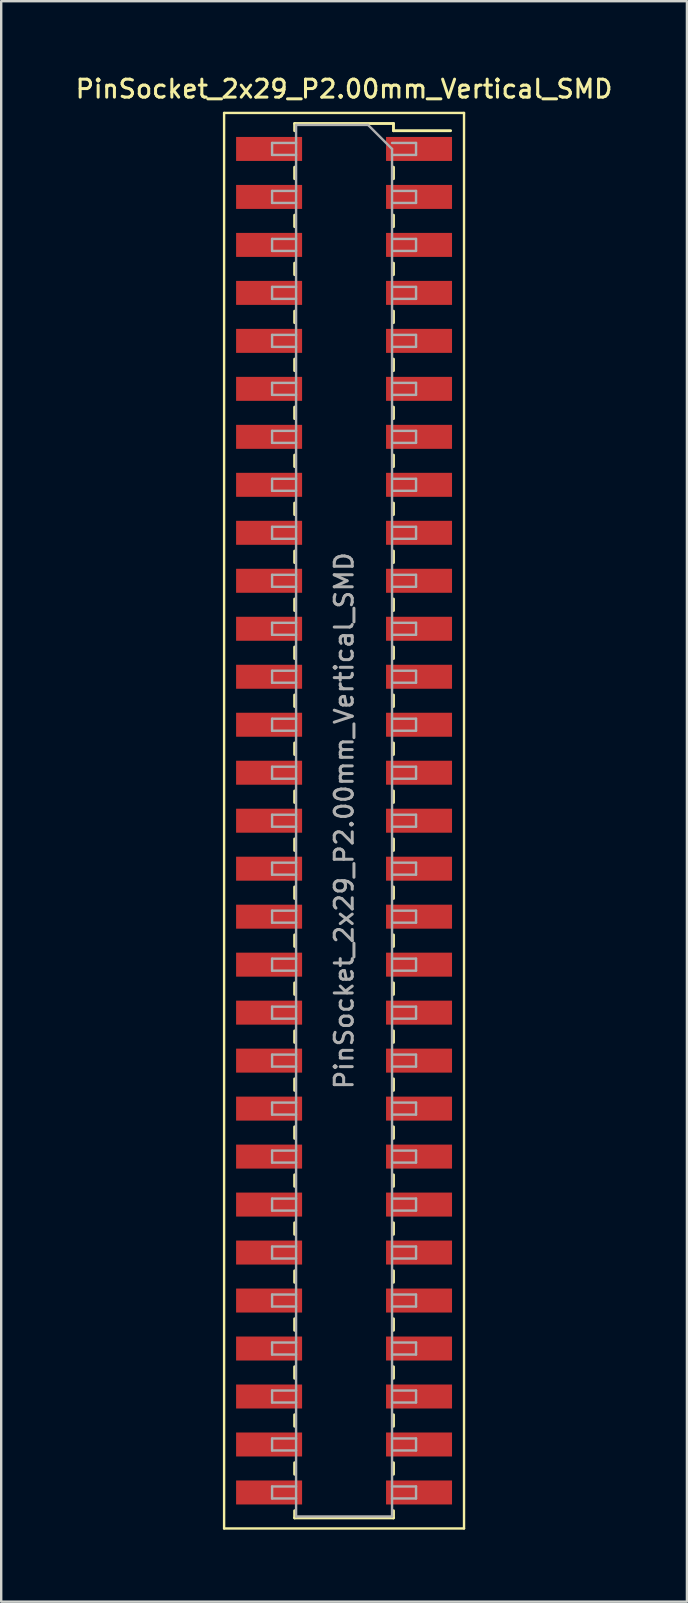
<source format=kicad_pcb>
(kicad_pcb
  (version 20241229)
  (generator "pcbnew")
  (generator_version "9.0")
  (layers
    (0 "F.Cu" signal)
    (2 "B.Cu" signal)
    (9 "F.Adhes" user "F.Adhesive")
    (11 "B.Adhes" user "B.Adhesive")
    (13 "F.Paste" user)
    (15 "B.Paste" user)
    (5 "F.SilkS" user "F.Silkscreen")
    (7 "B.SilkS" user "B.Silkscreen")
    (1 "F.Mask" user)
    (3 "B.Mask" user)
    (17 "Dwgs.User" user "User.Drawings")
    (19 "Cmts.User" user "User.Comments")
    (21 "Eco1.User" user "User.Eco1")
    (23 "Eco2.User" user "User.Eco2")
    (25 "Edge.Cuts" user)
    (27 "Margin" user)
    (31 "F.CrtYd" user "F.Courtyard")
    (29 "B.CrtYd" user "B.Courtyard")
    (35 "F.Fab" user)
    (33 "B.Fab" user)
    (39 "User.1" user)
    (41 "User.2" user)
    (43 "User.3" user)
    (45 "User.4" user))
  (footprint "PinSocket_2x29_P2.00mm_Vertical_SMD"
    (layer "F.Cu")
    (at 11.291 31.158)
    (property "Reference" "PinSocket_2x29_P2.00mm_Vertical_SMD" (at 0 -30.5 0) (layer "F.SilkS") (effects (font (size 0.75 0.75) (thickness 0.125))))
    (attr smd)
    (fp_line (start -5 -29.5) (end 5 -29.5) (stroke (width 0.1) (type solid)) (layer "F.SilkS"))
    (fp_line (start -5 29.5) (end -5 -29.5) (stroke (width 0.1) (type solid)) (layer "F.SilkS"))
    (fp_line (start -2.06 -29.06) (end -2.06 -28.76) (stroke (width 0.12) (type solid)) (layer "F.SilkS"))
    (fp_line (start -2.06 -29.06) (end 2.06 -29.06) (stroke (width 0.12) (type solid)) (layer "F.SilkS"))
    (fp_line (start -2.06 -27.24) (end -2.06 -26.76) (stroke (width 0.12) (type solid)) (layer "F.SilkS"))
    (fp_line (start -2.06 -25.24) (end -2.06 -24.76) (stroke (width 0.12) (type solid)) (layer "F.SilkS"))
    (fp_line (start -2.06 -23.24) (end -2.06 -22.76) (stroke (width 0.12) (type solid)) (layer "F.SilkS"))
    (fp_line (start -2.06 -21.24) (end -2.06 -20.76) (stroke (width 0.12) (type solid)) (layer "F.SilkS"))
    (fp_line (start -2.06 -19.24) (end -2.06 -18.76) (stroke (width 0.12) (type solid)) (layer "F.SilkS"))
    (fp_line (start -2.06 -17.24) (end -2.06 -16.76) (stroke (width 0.12) (type solid)) (layer "F.SilkS"))
    (fp_line (start -2.06 -15.24) (end -2.06 -14.76) (stroke (width 0.12) (type solid)) (layer "F.SilkS"))
    (fp_line (start -2.06 -13.24) (end -2.06 -12.76) (stroke (width 0.12) (type solid)) (layer "F.SilkS"))
    (fp_line (start -2.06 -11.24) (end -2.06 -10.76) (stroke (width 0.12) (type solid)) (layer "F.SilkS"))
    (fp_line (start -2.06 -9.24) (end -2.06 -8.76) (stroke (width 0.12) (type solid)) (layer "F.SilkS"))
    (fp_line (start -2.06 -7.24) (end -2.06 -6.76) (stroke (width 0.12) (type solid)) (layer "F.SilkS"))
    (fp_line (start -2.06 -5.24) (end -2.06 -4.76) (stroke (width 0.12) (type solid)) (layer "F.SilkS"))
    (fp_line (start -2.06 -3.24) (end -2.06 -2.76) (stroke (width 0.12) (type solid)) (layer "F.SilkS"))
    (fp_line (start -2.06 -1.24) (end -2.06 -0.76) (stroke (width 0.12) (type solid)) (layer "F.SilkS"))
    (fp_line (start -2.06 0.76) (end -2.06 1.24) (stroke (width 0.12) (type solid)) (layer "F.SilkS"))
    (fp_line (start -2.06 2.76) (end -2.06 3.24) (stroke (width 0.12) (type solid)) (layer "F.SilkS"))
    (fp_line (start -2.06 4.76) (end -2.06 5.24) (stroke (width 0.12) (type solid)) (layer "F.SilkS"))
    (fp_line (start -2.06 6.76) (end -2.06 7.24) (stroke (width 0.12) (type solid)) (layer "F.SilkS"))
    (fp_line (start -2.06 8.76) (end -2.06 9.24) (stroke (width 0.12) (type solid)) (layer "F.SilkS"))
    (fp_line (start -2.06 10.76) (end -2.06 11.24) (stroke (width 0.12) (type solid)) (layer "F.SilkS"))
    (fp_line (start -2.06 12.76) (end -2.06 13.24) (stroke (width 0.12) (type solid)) (layer "F.SilkS"))
    (fp_line (start -2.06 14.76) (end -2.06 15.24) (stroke (width 0.12) (type solid)) (layer "F.SilkS"))
    (fp_line (start -2.06 16.76) (end -2.06 17.24) (stroke (width 0.12) (type solid)) (layer "F.SilkS"))
    (fp_line (start -2.06 18.76) (end -2.06 19.24) (stroke (width 0.12) (type solid)) (layer "F.SilkS"))
    (fp_line (start -2.06 20.76) (end -2.06 21.24) (stroke (width 0.12) (type solid)) (layer "F.SilkS"))
    (fp_line (start -2.06 22.76) (end -2.06 23.24) (stroke (width 0.12) (type solid)) (layer "F.SilkS"))
    (fp_line (start -2.06 24.76) (end -2.06 25.24) (stroke (width 0.12) (type solid)) (layer "F.SilkS"))
    (fp_line (start -2.06 26.76) (end -2.06 27.24) (stroke (width 0.12) (type solid)) (layer "F.SilkS"))
    (fp_line (start -2.06 28.76) (end -2.06 29.06) (stroke (width 0.12) (type solid)) (layer "F.SilkS"))
    (fp_line (start -2.06 29.06) (end 2.06 29.06) (stroke (width 0.12) (type solid)) (layer "F.SilkS"))
    (fp_line (start 2.06 -29.06) (end 2.06 -28.76) (stroke (width 0.12) (type solid)) (layer "F.SilkS"))
    (fp_line (start 2.06 -28.76) (end 4.44 -28.76) (stroke (width 0.12) (type solid)) (layer "F.SilkS"))
    (fp_line (start 2.06 -27.24) (end 2.06 -26.76) (stroke (width 0.12) (type solid)) (layer "F.SilkS"))
    (fp_line (start 2.06 -25.24) (end 2.06 -24.76) (stroke (width 0.12) (type solid)) (layer "F.SilkS"))
    (fp_line (start 2.06 -23.24) (end 2.06 -22.76) (stroke (width 0.12) (type solid)) (layer "F.SilkS"))
    (fp_line (start 2.06 -21.24) (end 2.06 -20.76) (stroke (width 0.12) (type solid)) (layer "F.SilkS"))
    (fp_line (start 2.06 -19.24) (end 2.06 -18.76) (stroke (width 0.12) (type solid)) (layer "F.SilkS"))
    (fp_line (start 2.06 -17.24) (end 2.06 -16.76) (stroke (width 0.12) (type solid)) (layer "F.SilkS"))
    (fp_line (start 2.06 -15.24) (end 2.06 -14.76) (stroke (width 0.12) (type solid)) (layer "F.SilkS"))
    (fp_line (start 2.06 -13.24) (end 2.06 -12.76) (stroke (width 0.12) (type solid)) (layer "F.SilkS"))
    (fp_line (start 2.06 -11.24) (end 2.06 -10.76) (stroke (width 0.12) (type solid)) (layer "F.SilkS"))
    (fp_line (start 2.06 -9.24) (end 2.06 -8.76) (stroke (width 0.12) (type solid)) (layer "F.SilkS"))
    (fp_line (start 2.06 -7.24) (end 2.06 -6.76) (stroke (width 0.12) (type solid)) (layer "F.SilkS"))
    (fp_line (start 2.06 -5.24) (end 2.06 -4.76) (stroke (width 0.12) (type solid)) (layer "F.SilkS"))
    (fp_line (start 2.06 -3.24) (end 2.06 -2.76) (stroke (width 0.12) (type solid)) (layer "F.SilkS"))
    (fp_line (start 2.06 -1.24) (end 2.06 -0.76) (stroke (width 0.12) (type solid)) (layer "F.SilkS"))
    (fp_line (start 2.06 0.76) (end 2.06 1.24) (stroke (width 0.12) (type solid)) (layer "F.SilkS"))
    (fp_line (start 2.06 2.76) (end 2.06 3.24) (stroke (width 0.12) (type solid)) (layer "F.SilkS"))
    (fp_line (start 2.06 4.76) (end 2.06 5.24) (stroke (width 0.12) (type solid)) (layer "F.SilkS"))
    (fp_line (start 2.06 6.76) (end 2.06 7.24) (stroke (width 0.12) (type solid)) (layer "F.SilkS"))
    (fp_line (start 2.06 8.76) (end 2.06 9.24) (stroke (width 0.12) (type solid)) (layer "F.SilkS"))
    (fp_line (start 2.06 10.76) (end 2.06 11.24) (stroke (width 0.12) (type solid)) (layer "F.SilkS"))
    (fp_line (start 2.06 12.76) (end 2.06 13.24) (stroke (width 0.12) (type solid)) (layer "F.SilkS"))
    (fp_line (start 2.06 14.76) (end 2.06 15.24) (stroke (width 0.12) (type solid)) (layer "F.SilkS"))
    (fp_line (start 2.06 16.76) (end 2.06 17.24) (stroke (width 0.12) (type solid)) (layer "F.SilkS"))
    (fp_line (start 2.06 18.76) (end 2.06 19.24) (stroke (width 0.12) (type solid)) (layer "F.SilkS"))
    (fp_line (start 2.06 20.76) (end 2.06 21.24) (stroke (width 0.12) (type solid)) (layer "F.SilkS"))
    (fp_line (start 2.06 22.76) (end 2.06 23.24) (stroke (width 0.12) (type solid)) (layer "F.SilkS"))
    (fp_line (start 2.06 24.76) (end 2.06 25.24) (stroke (width 0.12) (type solid)) (layer "F.SilkS"))
    (fp_line (start 2.06 26.76) (end 2.06 27.24) (stroke (width 0.12) (type solid)) (layer "F.SilkS"))
    (fp_line (start 2.06 28.76) (end 2.06 29.06) (stroke (width 0.12) (type solid)) (layer "F.SilkS"))
    (fp_line (start 5 -29.5) (end 5 29.5) (stroke (width 0.1) (type solid)) (layer "F.SilkS"))
    (fp_line (start 5 29.5) (end -5 29.5) (stroke (width 0.1) (type solid)) (layer "F.SilkS"))
    (fp_line (start -3 -28.25) (end -2 -28.25) (stroke (width 0.1) (type solid)) (layer "F.Fab"))
    (fp_line (start -3 -27.75) (end -3 -28.25) (stroke (width 0.1) (type solid)) (layer "F.Fab"))
    (fp_line (start -3 -26.25) (end -2 -26.25) (stroke (width 0.1) (type solid)) (layer "F.Fab"))
    (fp_line (start -3 -25.75) (end -3 -26.25) (stroke (width 0.1) (type solid)) (layer "F.Fab"))
    (fp_line (start -3 -24.25) (end -2 -24.25) (stroke (width 0.1) (type solid)) (layer "F.Fab"))
    (fp_line (start -3 -23.75) (end -3 -24.25) (stroke (width 0.1) (type solid)) (layer "F.Fab"))
    (fp_line (start -3 -22.25) (end -2 -22.25) (stroke (width 0.1) (type solid)) (layer "F.Fab"))
    (fp_line (start -3 -21.75) (end -3 -22.25) (stroke (width 0.1) (type solid)) (layer "F.Fab"))
    (fp_line (start -3 -20.25) (end -2 -20.25) (stroke (width 0.1) (type solid)) (layer "F.Fab"))
    (fp_line (start -3 -19.75) (end -3 -20.25) (stroke (width 0.1) (type solid)) (layer "F.Fab"))
    (fp_line (start -3 -18.25) (end -2 -18.25) (stroke (width 0.1) (type solid)) (layer "F.Fab"))
    (fp_line (start -3 -17.75) (end -3 -18.25) (stroke (width 0.1) (type solid)) (layer "F.Fab"))
    (fp_line (start -3 -16.25) (end -2 -16.25) (stroke (width 0.1) (type solid)) (layer "F.Fab"))
    (fp_line (start -3 -15.75) (end -3 -16.25) (stroke (width 0.1) (type solid)) (layer "F.Fab"))
    (fp_line (start -3 -14.25) (end -2 -14.25) (stroke (width 0.1) (type solid)) (layer "F.Fab"))
    (fp_line (start -3 -13.75) (end -3 -14.25) (stroke (width 0.1) (type solid)) (layer "F.Fab"))
    (fp_line (start -3 -12.25) (end -2 -12.25) (stroke (width 0.1) (type solid)) (layer "F.Fab"))
    (fp_line (start -3 -11.75) (end -3 -12.25) (stroke (width 0.1) (type solid)) (layer "F.Fab"))
    (fp_line (start -3 -10.25) (end -2 -10.25) (stroke (width 0.1) (type solid)) (layer "F.Fab"))
    (fp_line (start -3 -9.75) (end -3 -10.25) (stroke (width 0.1) (type solid)) (layer "F.Fab"))
    (fp_line (start -3 -8.25) (end -2 -8.25) (stroke (width 0.1) (type solid)) (layer "F.Fab"))
    (fp_line (start -3 -7.75) (end -3 -8.25) (stroke (width 0.1) (type solid)) (layer "F.Fab"))
    (fp_line (start -3 -6.25) (end -2 -6.25) (stroke (width 0.1) (type solid)) (layer "F.Fab"))
    (fp_line (start -3 -5.75) (end -3 -6.25) (stroke (width 0.1) (type solid)) (layer "F.Fab"))
    (fp_line (start -3 -4.25) (end -2 -4.25) (stroke (width 0.1) (type solid)) (layer "F.Fab"))
    (fp_line (start -3 -3.75) (end -3 -4.25) (stroke (width 0.1) (type solid)) (layer "F.Fab"))
    (fp_line (start -3 -2.25) (end -2 -2.25) (stroke (width 0.1) (type solid)) (layer "F.Fab"))
    (fp_line (start -3 -1.75) (end -3 -2.25) (stroke (width 0.1) (type solid)) (layer "F.Fab"))
    (fp_line (start -3 -0.25) (end -2 -0.25) (stroke (width 0.1) (type solid)) (layer "F.Fab"))
    (fp_line (start -3 0.25) (end -3 -0.25) (stroke (width 0.1) (type solid)) (layer "F.Fab"))
    (fp_line (start -3 1.75) (end -2 1.75) (stroke (width 0.1) (type solid)) (layer "F.Fab"))
    (fp_line (start -3 2.25) (end -3 1.75) (stroke (width 0.1) (type solid)) (layer "F.Fab"))
    (fp_line (start -3 3.75) (end -2 3.75) (stroke (width 0.1) (type solid)) (layer "F.Fab"))
    (fp_line (start -3 4.25) (end -3 3.75) (stroke (width 0.1) (type solid)) (layer "F.Fab"))
    (fp_line (start -3 5.75) (end -2 5.75) (stroke (width 0.1) (type solid)) (layer "F.Fab"))
    (fp_line (start -3 6.25) (end -3 5.75) (stroke (width 0.1) (type solid)) (layer "F.Fab"))
    (fp_line (start -3 7.75) (end -2 7.75) (stroke (width 0.1) (type solid)) (layer "F.Fab"))
    (fp_line (start -3 8.25) (end -3 7.75) (stroke (width 0.1) (type solid)) (layer "F.Fab"))
    (fp_line (start -3 9.75) (end -2 9.75) (stroke (width 0.1) (type solid)) (layer "F.Fab"))
    (fp_line (start -3 10.25) (end -3 9.75) (stroke (width 0.1) (type solid)) (layer "F.Fab"))
    (fp_line (start -3 11.75) (end -2 11.75) (stroke (width 0.1) (type solid)) (layer "F.Fab"))
    (fp_line (start -3 12.25) (end -3 11.75) (stroke (width 0.1) (type solid)) (layer "F.Fab"))
    (fp_line (start -3 13.75) (end -2 13.75) (stroke (width 0.1) (type solid)) (layer "F.Fab"))
    (fp_line (start -3 14.25) (end -3 13.75) (stroke (width 0.1) (type solid)) (layer "F.Fab"))
    (fp_line (start -3 15.75) (end -2 15.75) (stroke (width 0.1) (type solid)) (layer "F.Fab"))
    (fp_line (start -3 16.25) (end -3 15.75) (stroke (width 0.1) (type solid)) (layer "F.Fab"))
    (fp_line (start -3 17.75) (end -2 17.75) (stroke (width 0.1) (type solid)) (layer "F.Fab"))
    (fp_line (start -3 18.25) (end -3 17.75) (stroke (width 0.1) (type solid)) (layer "F.Fab"))
    (fp_line (start -3 19.75) (end -2 19.75) (stroke (width 0.1) (type solid)) (layer "F.Fab"))
    (fp_line (start -3 20.25) (end -3 19.75) (stroke (width 0.1) (type solid)) (layer "F.Fab"))
    (fp_line (start -3 21.75) (end -2 21.75) (stroke (width 0.1) (type solid)) (layer "F.Fab"))
    (fp_line (start -3 22.25) (end -3 21.75) (stroke (width 0.1) (type solid)) (layer "F.Fab"))
    (fp_line (start -3 23.75) (end -2 23.75) (stroke (width 0.1) (type solid)) (layer "F.Fab"))
    (fp_line (start -3 24.25) (end -3 23.75) (stroke (width 0.1) (type solid)) (layer "F.Fab"))
    (fp_line (start -3 25.75) (end -2 25.75) (stroke (width 0.1) (type solid)) (layer "F.Fab"))
    (fp_line (start -3 26.25) (end -3 25.75) (stroke (width 0.1) (type solid)) (layer "F.Fab"))
    (fp_line (start -3 27.75) (end -2 27.75) (stroke (width 0.1) (type solid)) (layer "F.Fab"))
    (fp_line (start -3 28.25) (end -3 27.75) (stroke (width 0.1) (type solid)) (layer "F.Fab"))
    (fp_line (start -2 -29) (end 1 -29) (stroke (width 0.1) (type solid)) (layer "F.Fab"))
    (fp_line (start -2 -27.75) (end -3 -27.75) (stroke (width 0.1) (type solid)) (layer "F.Fab"))
    (fp_line (start -2 -25.75) (end -3 -25.75) (stroke (width 0.1) (type solid)) (layer "F.Fab"))
    (fp_line (start -2 -23.75) (end -3 -23.75) (stroke (width 0.1) (type solid)) (layer "F.Fab"))
    (fp_line (start -2 -21.75) (end -3 -21.75) (stroke (width 0.1) (type solid)) (layer "F.Fab"))
    (fp_line (start -2 -19.75) (end -3 -19.75) (stroke (width 0.1) (type solid)) (layer "F.Fab"))
    (fp_line (start -2 -17.75) (end -3 -17.75) (stroke (width 0.1) (type solid)) (layer "F.Fab"))
    (fp_line (start -2 -15.75) (end -3 -15.75) (stroke (width 0.1) (type solid)) (layer "F.Fab"))
    (fp_line (start -2 -13.75) (end -3 -13.75) (stroke (width 0.1) (type solid)) (layer "F.Fab"))
    (fp_line (start -2 -11.75) (end -3 -11.75) (stroke (width 0.1) (type solid)) (layer "F.Fab"))
    (fp_line (start -2 -9.75) (end -3 -9.75) (stroke (width 0.1) (type solid)) (layer "F.Fab"))
    (fp_line (start -2 -7.75) (end -3 -7.75) (stroke (width 0.1) (type solid)) (layer "F.Fab"))
    (fp_line (start -2 -5.75) (end -3 -5.75) (stroke (width 0.1) (type solid)) (layer "F.Fab"))
    (fp_line (start -2 -3.75) (end -3 -3.75) (stroke (width 0.1) (type solid)) (layer "F.Fab"))
    (fp_line (start -2 -1.75) (end -3 -1.75) (stroke (width 0.1) (type solid)) (layer "F.Fab"))
    (fp_line (start -2 0.25) (end -3 0.25) (stroke (width 0.1) (type solid)) (layer "F.Fab"))
    (fp_line (start -2 2.25) (end -3 2.25) (stroke (width 0.1) (type solid)) (layer "F.Fab"))
    (fp_line (start -2 4.25) (end -3 4.25) (stroke (width 0.1) (type solid)) (layer "F.Fab"))
    (fp_line (start -2 6.25) (end -3 6.25) (stroke (width 0.1) (type solid)) (layer "F.Fab"))
    (fp_line (start -2 8.25) (end -3 8.25) (stroke (width 0.1) (type solid)) (layer "F.Fab"))
    (fp_line (start -2 10.25) (end -3 10.25) (stroke (width 0.1) (type solid)) (layer "F.Fab"))
    (fp_line (start -2 12.25) (end -3 12.25) (stroke (width 0.1) (type solid)) (layer "F.Fab"))
    (fp_line (start -2 14.25) (end -3 14.25) (stroke (width 0.1) (type solid)) (layer "F.Fab"))
    (fp_line (start -2 16.25) (end -3 16.25) (stroke (width 0.1) (type solid)) (layer "F.Fab"))
    (fp_line (start -2 18.25) (end -3 18.25) (stroke (width 0.1) (type solid)) (layer "F.Fab"))
    (fp_line (start -2 20.25) (end -3 20.25) (stroke (width 0.1) (type solid)) (layer "F.Fab"))
    (fp_line (start -2 22.25) (end -3 22.25) (stroke (width 0.1) (type solid)) (layer "F.Fab"))
    (fp_line (start -2 24.25) (end -3 24.25) (stroke (width 0.1) (type solid)) (layer "F.Fab"))
    (fp_line (start -2 26.25) (end -3 26.25) (stroke (width 0.1) (type solid)) (layer "F.Fab"))
    (fp_line (start -2 28.25) (end -3 28.25) (stroke (width 0.1) (type solid)) (layer "F.Fab"))
    (fp_line (start -2 29) (end -2 -29) (stroke (width 0.1) (type solid)) (layer "F.Fab"))
    (fp_line (start 1 -29) (end 2 -28) (stroke (width 0.1) (type solid)) (layer "F.Fab"))
    (fp_line (start 2 -28.25) (end 3 -28.25) (stroke (width 0.1) (type solid)) (layer "F.Fab"))
    (fp_line (start 2 -28) (end 2 29) (stroke (width 0.1) (type solid)) (layer "F.Fab"))
    (fp_line (start 2 -26.25) (end 3 -26.25) (stroke (width 0.1) (type solid)) (layer "F.Fab"))
    (fp_line (start 2 -24.25) (end 3 -24.25) (stroke (width 0.1) (type solid)) (layer "F.Fab"))
    (fp_line (start 2 -22.25) (end 3 -22.25) (stroke (width 0.1) (type solid)) (layer "F.Fab"))
    (fp_line (start 2 -20.25) (end 3 -20.25) (stroke (width 0.1) (type solid)) (layer "F.Fab"))
    (fp_line (start 2 -18.25) (end 3 -18.25) (stroke (width 0.1) (type solid)) (layer "F.Fab"))
    (fp_line (start 2 -16.25) (end 3 -16.25) (stroke (width 0.1) (type solid)) (layer "F.Fab"))
    (fp_line (start 2 -14.25) (end 3 -14.25) (stroke (width 0.1) (type solid)) (layer "F.Fab"))
    (fp_line (start 2 -12.25) (end 3 -12.25) (stroke (width 0.1) (type solid)) (layer "F.Fab"))
    (fp_line (start 2 -10.25) (end 3 -10.25) (stroke (width 0.1) (type solid)) (layer "F.Fab"))
    (fp_line (start 2 -8.25) (end 3 -8.25) (stroke (width 0.1) (type solid)) (layer "F.Fab"))
    (fp_line (start 2 -6.25) (end 3 -6.25) (stroke (width 0.1) (type solid)) (layer "F.Fab"))
    (fp_line (start 2 -4.25) (end 3 -4.25) (stroke (width 0.1) (type solid)) (layer "F.Fab"))
    (fp_line (start 2 -2.25) (end 3 -2.25) (stroke (width 0.1) (type solid)) (layer "F.Fab"))
    (fp_line (start 2 -0.25) (end 3 -0.25) (stroke (width 0.1) (type solid)) (layer "F.Fab"))
    (fp_line (start 2 1.75) (end 3 1.75) (stroke (width 0.1) (type solid)) (layer "F.Fab"))
    (fp_line (start 2 3.75) (end 3 3.75) (stroke (width 0.1) (type solid)) (layer "F.Fab"))
    (fp_line (start 2 5.75) (end 3 5.75) (stroke (width 0.1) (type solid)) (layer "F.Fab"))
    (fp_line (start 2 7.75) (end 3 7.75) (stroke (width 0.1) (type solid)) (layer "F.Fab"))
    (fp_line (start 2 9.75) (end 3 9.75) (stroke (width 0.1) (type solid)) (layer "F.Fab"))
    (fp_line (start 2 11.75) (end 3 11.75) (stroke (width 0.1) (type solid)) (layer "F.Fab"))
    (fp_line (start 2 13.75) (end 3 13.75) (stroke (width 0.1) (type solid)) (layer "F.Fab"))
    (fp_line (start 2 15.75) (end 3 15.75) (stroke (width 0.1) (type solid)) (layer "F.Fab"))
    (fp_line (start 2 17.75) (end 3 17.75) (stroke (width 0.1) (type solid)) (layer "F.Fab"))
    (fp_line (start 2 19.75) (end 3 19.75) (stroke (width 0.1) (type solid)) (layer "F.Fab"))
    (fp_line (start 2 21.75) (end 3 21.75) (stroke (width 0.1) (type solid)) (layer "F.Fab"))
    (fp_line (start 2 23.75) (end 3 23.75) (stroke (width 0.1) (type solid)) (layer "F.Fab"))
    (fp_line (start 2 25.75) (end 3 25.75) (stroke (width 0.1) (type solid)) (layer "F.Fab"))
    (fp_line (start 2 27.75) (end 3 27.75) (stroke (width 0.1) (type solid)) (layer "F.Fab"))
    (fp_line (start 2 29) (end -2 29) (stroke (width 0.1) (type solid)) (layer "F.Fab"))
    (fp_line (start 3 -28.25) (end 3 -27.75) (stroke (width 0.1) (type solid)) (layer "F.Fab"))
    (fp_line (start 3 -27.75) (end 2 -27.75) (stroke (width 0.1) (type solid)) (layer "F.Fab"))
    (fp_line (start 3 -26.25) (end 3 -25.75) (stroke (width 0.1) (type solid)) (layer "F.Fab"))
    (fp_line (start 3 -25.75) (end 2 -25.75) (stroke (width 0.1) (type solid)) (layer "F.Fab"))
    (fp_line (start 3 -24.25) (end 3 -23.75) (stroke (width 0.1) (type solid)) (layer "F.Fab"))
    (fp_line (start 3 -23.75) (end 2 -23.75) (stroke (width 0.1) (type solid)) (layer "F.Fab"))
    (fp_line (start 3 -22.25) (end 3 -21.75) (stroke (width 0.1) (type solid)) (layer "F.Fab"))
    (fp_line (start 3 -21.75) (end 2 -21.75) (stroke (width 0.1) (type solid)) (layer "F.Fab"))
    (fp_line (start 3 -20.25) (end 3 -19.75) (stroke (width 0.1) (type solid)) (layer "F.Fab"))
    (fp_line (start 3 -19.75) (end 2 -19.75) (stroke (width 0.1) (type solid)) (layer "F.Fab"))
    (fp_line (start 3 -18.25) (end 3 -17.75) (stroke (width 0.1) (type solid)) (layer "F.Fab"))
    (fp_line (start 3 -17.75) (end 2 -17.75) (stroke (width 0.1) (type solid)) (layer "F.Fab"))
    (fp_line (start 3 -16.25) (end 3 -15.75) (stroke (width 0.1) (type solid)) (layer "F.Fab"))
    (fp_line (start 3 -15.75) (end 2 -15.75) (stroke (width 0.1) (type solid)) (layer "F.Fab"))
    (fp_line (start 3 -14.25) (end 3 -13.75) (stroke (width 0.1) (type solid)) (layer "F.Fab"))
    (fp_line (start 3 -13.75) (end 2 -13.75) (stroke (width 0.1) (type solid)) (layer "F.Fab"))
    (fp_line (start 3 -12.25) (end 3 -11.75) (stroke (width 0.1) (type solid)) (layer "F.Fab"))
    (fp_line (start 3 -11.75) (end 2 -11.75) (stroke (width 0.1) (type solid)) (layer "F.Fab"))
    (fp_line (start 3 -10.25) (end 3 -9.75) (stroke (width 0.1) (type solid)) (layer "F.Fab"))
    (fp_line (start 3 -9.75) (end 2 -9.75) (stroke (width 0.1) (type solid)) (layer "F.Fab"))
    (fp_line (start 3 -8.25) (end 3 -7.75) (stroke (width 0.1) (type solid)) (layer "F.Fab"))
    (fp_line (start 3 -7.75) (end 2 -7.75) (stroke (width 0.1) (type solid)) (layer "F.Fab"))
    (fp_line (start 3 -6.25) (end 3 -5.75) (stroke (width 0.1) (type solid)) (layer "F.Fab"))
    (fp_line (start 3 -5.75) (end 2 -5.75) (stroke (width 0.1) (type solid)) (layer "F.Fab"))
    (fp_line (start 3 -4.25) (end 3 -3.75) (stroke (width 0.1) (type solid)) (layer "F.Fab"))
    (fp_line (start 3 -3.75) (end 2 -3.75) (stroke (width 0.1) (type solid)) (layer "F.Fab"))
    (fp_line (start 3 -2.25) (end 3 -1.75) (stroke (width 0.1) (type solid)) (layer "F.Fab"))
    (fp_line (start 3 -1.75) (end 2 -1.75) (stroke (width 0.1) (type solid)) (layer "F.Fab"))
    (fp_line (start 3 -0.25) (end 3 0.25) (stroke (width 0.1) (type solid)) (layer "F.Fab"))
    (fp_line (start 3 0.25) (end 2 0.25) (stroke (width 0.1) (type solid)) (layer "F.Fab"))
    (fp_line (start 3 1.75) (end 3 2.25) (stroke (width 0.1) (type solid)) (layer "F.Fab"))
    (fp_line (start 3 2.25) (end 2 2.25) (stroke (width 0.1) (type solid)) (layer "F.Fab"))
    (fp_line (start 3 3.75) (end 3 4.25) (stroke (width 0.1) (type solid)) (layer "F.Fab"))
    (fp_line (start 3 4.25) (end 2 4.25) (stroke (width 0.1) (type solid)) (layer "F.Fab"))
    (fp_line (start 3 5.75) (end 3 6.25) (stroke (width 0.1) (type solid)) (layer "F.Fab"))
    (fp_line (start 3 6.25) (end 2 6.25) (stroke (width 0.1) (type solid)) (layer "F.Fab"))
    (fp_line (start 3 7.75) (end 3 8.25) (stroke (width 0.1) (type solid)) (layer "F.Fab"))
    (fp_line (start 3 8.25) (end 2 8.25) (stroke (width 0.1) (type solid)) (layer "F.Fab"))
    (fp_line (start 3 9.75) (end 3 10.25) (stroke (width 0.1) (type solid)) (layer "F.Fab"))
    (fp_line (start 3 10.25) (end 2 10.25) (stroke (width 0.1) (type solid)) (layer "F.Fab"))
    (fp_line (start 3 11.75) (end 3 12.25) (stroke (width 0.1) (type solid)) (layer "F.Fab"))
    (fp_line (start 3 12.25) (end 2 12.25) (stroke (width 0.1) (type solid)) (layer "F.Fab"))
    (fp_line (start 3 13.75) (end 3 14.25) (stroke (width 0.1) (type solid)) (layer "F.Fab"))
    (fp_line (start 3 14.25) (end 2 14.25) (stroke (width 0.1) (type solid)) (layer "F.Fab"))
    (fp_line (start 3 15.75) (end 3 16.25) (stroke (width 0.1) (type solid)) (layer "F.Fab"))
    (fp_line (start 3 16.25) (end 2 16.25) (stroke (width 0.1) (type solid)) (layer "F.Fab"))
    (fp_line (start 3 17.75) (end 3 18.25) (stroke (width 0.1) (type solid)) (layer "F.Fab"))
    (fp_line (start 3 18.25) (end 2 18.25) (stroke (width 0.1) (type solid)) (layer "F.Fab"))
    (fp_line (start 3 19.75) (end 3 20.25) (stroke (width 0.1) (type solid)) (layer "F.Fab"))
    (fp_line (start 3 20.25) (end 2 20.25) (stroke (width 0.1) (type solid)) (layer "F.Fab"))
    (fp_line (start 3 21.75) (end 3 22.25) (stroke (width 0.1) (type solid)) (layer "F.Fab"))
    (fp_line (start 3 22.25) (end 2 22.25) (stroke (width 0.1) (type solid)) (layer "F.Fab"))
    (fp_line (start 3 23.75) (end 3 24.25) (stroke (width 0.1) (type solid)) (layer "F.Fab"))
    (fp_line (start 3 24.25) (end 2 24.25) (stroke (width 0.1) (type solid)) (layer "F.Fab"))
    (fp_line (start 3 25.75) (end 3 26.25) (stroke (width 0.1) (type solid)) (layer "F.Fab"))
    (fp_line (start 3 26.25) (end 2 26.25) (stroke (width 0.1) (type solid)) (layer "F.Fab"))
    (fp_line (start 3 27.75) (end 3 28.25) (stroke (width 0.1) (type solid)) (layer "F.Fab"))
    (fp_line (start 3 28.25) (end 2 28.25) (stroke (width 0.1) (type solid)) (layer "F.Fab"))
    (fp_text user "${REFERENCE}" (at 0 0 90) (layer "F.Fab") (effects (font (size 0.75 0.75) (thickness 0.125))))
    (pad "1" smd rect (at 3.125 -28) (size 2.75 1) (layers "F.Cu" "F.Mask" "F.Paste"))
    (pad "2" smd rect (at -3.125 -28) (size 2.75 1) (layers "F.Cu" "F.Mask" "F.Paste"))
    (pad "3" smd rect (at 3.125 -26) (size 2.75 1) (layers "F.Cu" "F.Mask" "F.Paste"))
    (pad "4" smd rect (at -3.125 -26) (size 2.75 1) (layers "F.Cu" "F.Mask" "F.Paste"))
    (pad "5" smd rect (at 3.125 -24) (size 2.75 1) (layers "F.Cu" "F.Mask" "F.Paste"))
    (pad "6" smd rect (at -3.125 -24) (size 2.75 1) (layers "F.Cu" "F.Mask" "F.Paste"))
    (pad "7" smd rect (at 3.125 -22) (size 2.75 1) (layers "F.Cu" "F.Mask" "F.Paste"))
    (pad "8" smd rect (at -3.125 -22) (size 2.75 1) (layers "F.Cu" "F.Mask" "F.Paste"))
    (pad "9" smd rect (at 3.125 -20) (size 2.75 1) (layers "F.Cu" "F.Mask" "F.Paste"))
    (pad "10" smd rect (at -3.125 -20) (size 2.75 1) (layers "F.Cu" "F.Mask" "F.Paste"))
    (pad "11" smd rect (at 3.125 -18) (size 2.75 1) (layers "F.Cu" "F.Mask" "F.Paste"))
    (pad "12" smd rect (at -3.125 -18) (size 2.75 1) (layers "F.Cu" "F.Mask" "F.Paste"))
    (pad "13" smd rect (at 3.125 -16) (size 2.75 1) (layers "F.Cu" "F.Mask" "F.Paste"))
    (pad "14" smd rect (at -3.125 -16) (size 2.75 1) (layers "F.Cu" "F.Mask" "F.Paste"))
    (pad "15" smd rect (at 3.125 -14) (size 2.75 1) (layers "F.Cu" "F.Mask" "F.Paste"))
    (pad "16" smd rect (at -3.125 -14) (size 2.75 1) (layers "F.Cu" "F.Mask" "F.Paste"))
    (pad "17" smd rect (at 3.125 -12) (size 2.75 1) (layers "F.Cu" "F.Mask" "F.Paste"))
    (pad "18" smd rect (at -3.125 -12) (size 2.75 1) (layers "F.Cu" "F.Mask" "F.Paste"))
    (pad "19" smd rect (at 3.125 -10) (size 2.75 1) (layers "F.Cu" "F.Mask" "F.Paste"))
    (pad "20" smd rect (at -3.125 -10) (size 2.75 1) (layers "F.Cu" "F.Mask" "F.Paste"))
    (pad "21" smd rect (at 3.125 -8) (size 2.75 1) (layers "F.Cu" "F.Mask" "F.Paste"))
    (pad "22" smd rect (at -3.125 -8) (size 2.75 1) (layers "F.Cu" "F.Mask" "F.Paste"))
    (pad "23" smd rect (at 3.125 -6) (size 2.75 1) (layers "F.Cu" "F.Mask" "F.Paste"))
    (pad "24" smd rect (at -3.125 -6) (size 2.75 1) (layers "F.Cu" "F.Mask" "F.Paste"))
    (pad "25" smd rect (at 3.125 -4) (size 2.75 1) (layers "F.Cu" "F.Mask" "F.Paste"))
    (pad "26" smd rect (at -3.125 -4) (size 2.75 1) (layers "F.Cu" "F.Mask" "F.Paste"))
    (pad "27" smd rect (at 3.125 -2) (size 2.75 1) (layers "F.Cu" "F.Mask" "F.Paste"))
    (pad "28" smd rect (at -3.125 -2) (size 2.75 1) (layers "F.Cu" "F.Mask" "F.Paste"))
    (pad "29" smd rect (at 3.125 0) (size 2.75 1) (layers "F.Cu" "F.Mask" "F.Paste"))
    (pad "30" smd rect (at -3.125 0) (size 2.75 1) (layers "F.Cu" "F.Mask" "F.Paste"))
    (pad "31" smd rect (at 3.125 2) (size 2.75 1) (layers "F.Cu" "F.Mask" "F.Paste"))
    (pad "32" smd rect (at -3.125 2) (size 2.75 1) (layers "F.Cu" "F.Mask" "F.Paste"))
    (pad "33" smd rect (at 3.125 4) (size 2.75 1) (layers "F.Cu" "F.Mask" "F.Paste"))
    (pad "34" smd rect (at -3.125 4) (size 2.75 1) (layers "F.Cu" "F.Mask" "F.Paste"))
    (pad "35" smd rect (at 3.125 6) (size 2.75 1) (layers "F.Cu" "F.Mask" "F.Paste"))
    (pad "36" smd rect (at -3.125 6) (size 2.75 1) (layers "F.Cu" "F.Mask" "F.Paste"))
    (pad "37" smd rect (at 3.125 8) (size 2.75 1) (layers "F.Cu" "F.Mask" "F.Paste"))
    (pad "38" smd rect (at -3.125 8) (size 2.75 1) (layers "F.Cu" "F.Mask" "F.Paste"))
    (pad "39" smd rect (at 3.125 10) (size 2.75 1) (layers "F.Cu" "F.Mask" "F.Paste"))
    (pad "40" smd rect (at -3.125 10) (size 2.75 1) (layers "F.Cu" "F.Mask" "F.Paste"))
    (pad "41" smd rect (at 3.125 12) (size 2.75 1) (layers "F.Cu" "F.Mask" "F.Paste"))
    (pad "42" smd rect (at -3.125 12) (size 2.75 1) (layers "F.Cu" "F.Mask" "F.Paste"))
    (pad "43" smd rect (at 3.125 14) (size 2.75 1) (layers "F.Cu" "F.Mask" "F.Paste"))
    (pad "44" smd rect (at -3.125 14) (size 2.75 1) (layers "F.Cu" "F.Mask" "F.Paste"))
    (pad "45" smd rect (at 3.125 16) (size 2.75 1) (layers "F.Cu" "F.Mask" "F.Paste"))
    (pad "46" smd rect (at -3.125 16) (size 2.75 1) (layers "F.Cu" "F.Mask" "F.Paste"))
    (pad "47" smd rect (at 3.125 18) (size 2.75 1) (layers "F.Cu" "F.Mask" "F.Paste"))
    (pad "48" smd rect (at -3.125 18) (size 2.75 1) (layers "F.Cu" "F.Mask" "F.Paste"))
    (pad "49" smd rect (at 3.125 20) (size 2.75 1) (layers "F.Cu" "F.Mask" "F.Paste"))
    (pad "50" smd rect (at -3.125 20) (size 2.75 1) (layers "F.Cu" "F.Mask" "F.Paste"))
    (pad "51" smd rect (at 3.125 22) (size 2.75 1) (layers "F.Cu" "F.Mask" "F.Paste"))
    (pad "52" smd rect (at -3.125 22) (size 2.75 1) (layers "F.Cu" "F.Mask" "F.Paste"))
    (pad "53" smd rect (at 3.125 24) (size 2.75 1) (layers "F.Cu" "F.Mask" "F.Paste"))
    (pad "54" smd rect (at -3.125 24) (size 2.75 1) (layers "F.Cu" "F.Mask" "F.Paste"))
    (pad "55" smd rect (at 3.125 26) (size 2.75 1) (layers "F.Cu" "F.Mask" "F.Paste"))
    (pad "56" smd rect (at -3.125 26) (size 2.75 1) (layers "F.Cu" "F.Mask" "F.Paste"))
    (pad "57" smd rect (at 3.125 28) (size 2.75 1) (layers "F.Cu" "F.Mask" "F.Paste"))
    (pad "58" smd rect (at -3.125 28) (size 2.75 1) (layers "F.Cu" "F.Mask" "F.Paste")))
  (gr_rect
    (start -3 -3)
    (end 25.582 63.708)
    (stroke (width 0.1) (type default))
    (fill no)
    (layer "Edge.Cuts")))
</source>
